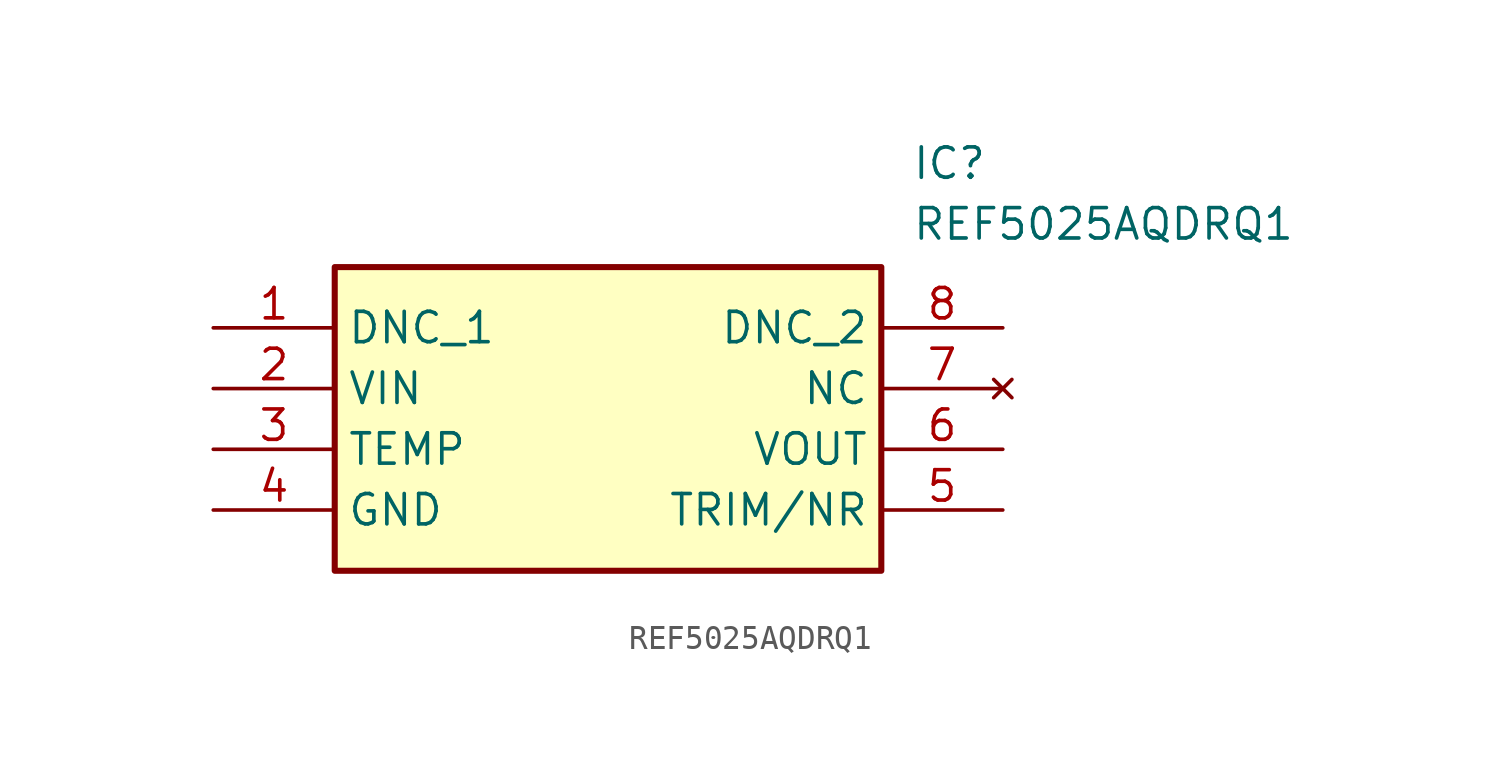
<source format=kicad_sym>
(kicad_symbol_lib
  (version 20211014)
  (generator SamacSys_ECAD_Model)
  (symbol "REF5025AQDRQ1"
    (property "Reference" "IC"
      (at 29.21 7.62 0)
      (effects (font (size 1.27 1.27)) (justify left top)))
    (property "Value" "REF5025AQDRQ1"
      (at 29.21 5.08 0)
      (effects (font (size 1.27 1.27)) (justify left top)))
    (rectangle
      (start 5.08 2.54)
      (end 27.94 -10.16)
      (stroke (width 0.254) (type default))
      (fill (type background)))
    (pin passive line
      (at 0 0 0)
      (length 5.08)
      (name "DNC_1" (effects (font (size 1.27 1.27))))
      (number "1" (effects (font (size 1.27 1.27)))))
    (pin passive line
      (at 0 -2.54 0)
      (length 5.08)
      (name "VIN" (effects (font (size 1.27 1.27))))
      (number "2" (effects (font (size 1.27 1.27)))))
    (pin passive line
      (at 0 -5.08 0)
      (length 5.08)
      (name "TEMP" (effects (font (size 1.27 1.27))))
      (number "3" (effects (font (size 1.27 1.27)))))
    (pin passive line
      (at 0 -7.62 0)
      (length 5.08)
      (name "GND" (effects (font (size 1.27 1.27))))
      (number "4" (effects (font (size 1.27 1.27)))))
    (pin passive line
      (at 33.02 0 180)
      (length 5.08)
      (name "DNC_2" (effects (font (size 1.27 1.27))))
      (number "8" (effects (font (size 1.27 1.27)))))
    (pin no_connect line
      (at 33.02 -2.54 180)
      (length 5.08)
      (name "NC" (effects (font (size 1.27 1.27))))
      (number "7" (effects (font (size 1.27 1.27)))))
    (pin passive line
      (at 33.02 -5.08 180)
      (length 5.08)
      (name "VOUT" (effects (font (size 1.27 1.27))))
      (number "6" (effects (font (size 1.27 1.27)))))
    (pin passive line
      (at 33.02 -7.62 180)
      (length 5.08)
      (name "TRIM/NR" (effects (font (size 1.27 1.27))))
      (number "5" (effects (font (size 1.27 1.27)))))))
</source>
